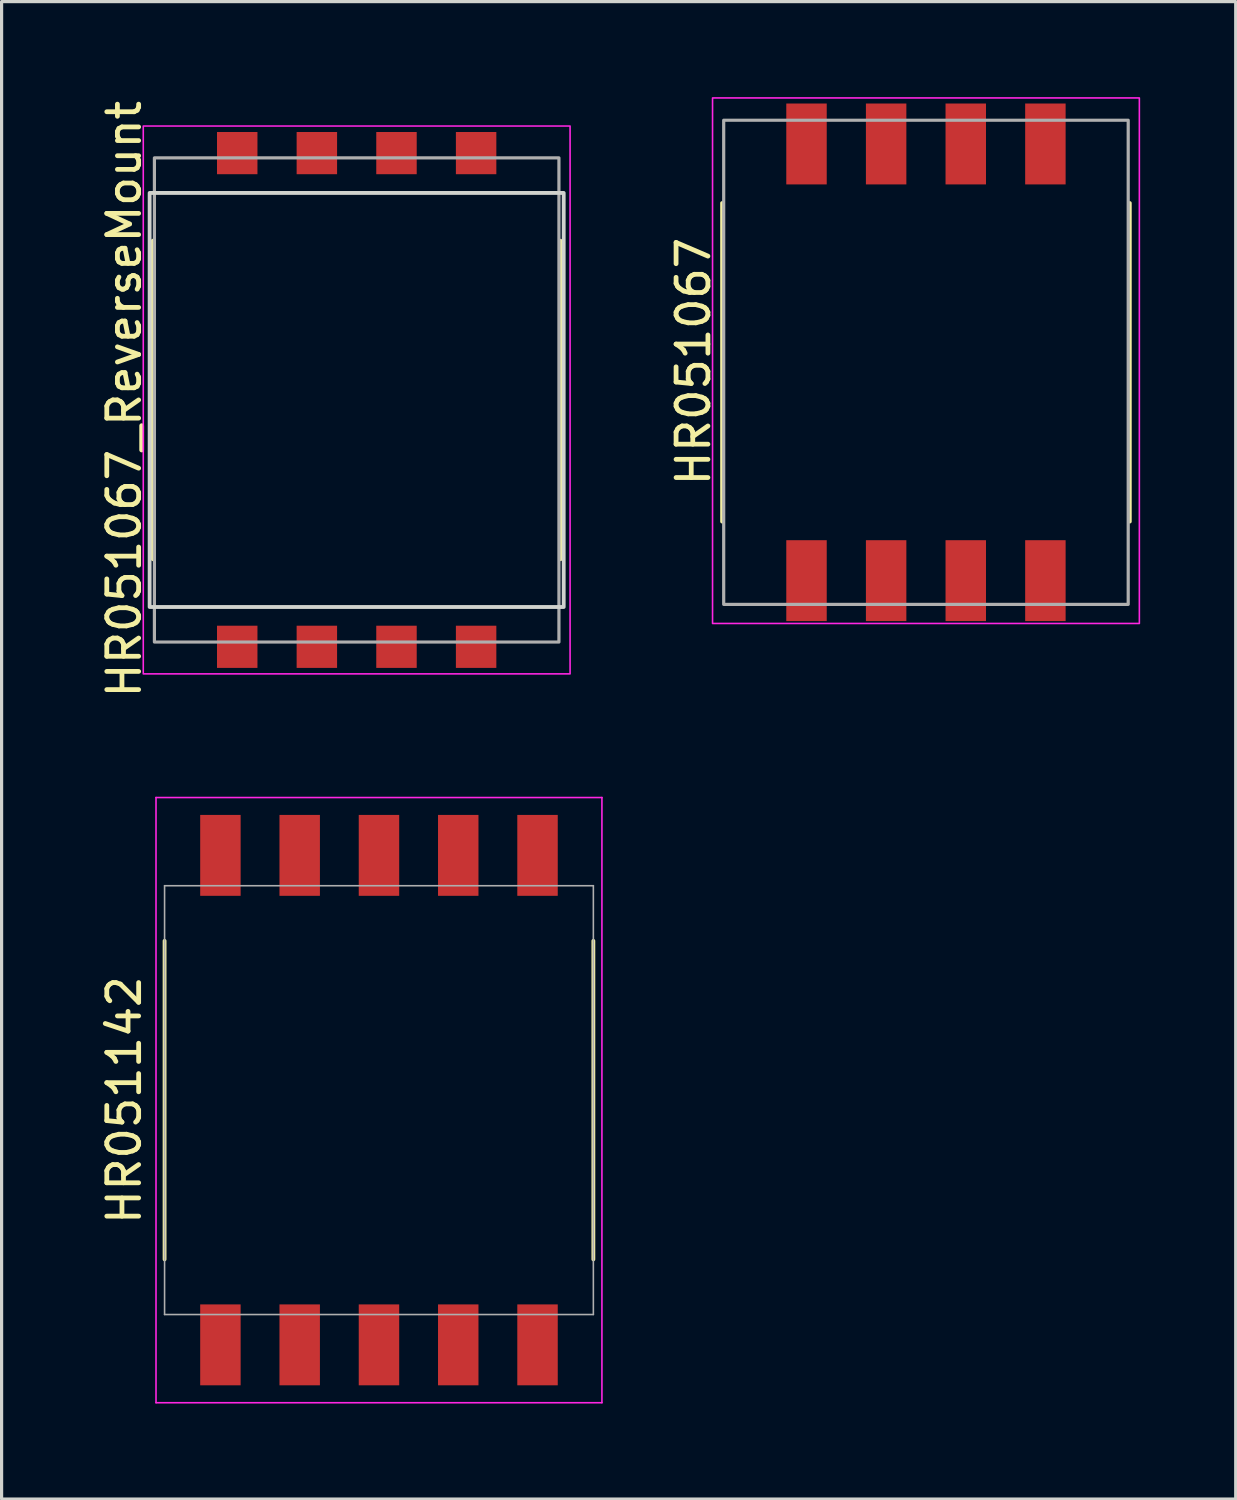
<source format=kicad_pcb>
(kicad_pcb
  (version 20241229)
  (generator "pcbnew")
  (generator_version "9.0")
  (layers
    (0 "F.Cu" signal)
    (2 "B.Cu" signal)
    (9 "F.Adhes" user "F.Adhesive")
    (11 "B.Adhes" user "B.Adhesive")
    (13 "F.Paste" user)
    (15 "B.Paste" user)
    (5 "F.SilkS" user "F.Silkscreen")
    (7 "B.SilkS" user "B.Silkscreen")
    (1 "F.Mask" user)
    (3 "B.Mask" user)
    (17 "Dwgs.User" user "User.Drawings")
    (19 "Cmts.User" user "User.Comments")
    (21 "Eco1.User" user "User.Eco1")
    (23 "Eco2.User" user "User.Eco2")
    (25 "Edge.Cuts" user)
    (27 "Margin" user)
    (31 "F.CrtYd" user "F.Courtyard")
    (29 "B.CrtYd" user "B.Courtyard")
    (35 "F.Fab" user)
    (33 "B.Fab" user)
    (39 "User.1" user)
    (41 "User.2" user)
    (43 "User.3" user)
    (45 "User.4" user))
  (footprint "HR051142"
    (layer "F.Cu")
    (at 8.848 31.489)
    (property "Reference" "HR051142" (at -8 0 270) (layer "F.SilkS") (effects (font (size 1 1) (thickness 0.15))))
    (attr smd)
    (fp_line (start -6.731 5) (end -6.731 -5) (stroke (width 0.12) (type solid)) (layer "F.SilkS"))
    (fp_line (start 6.731 -5) (end 6.731 5) (stroke (width 0.12) (type solid)) (layer "F.SilkS"))
    (fp_line (start -7 -9.5) (end 7 -9.5) (stroke (width 0.05) (type solid)) (layer "F.CrtYd"))
    (fp_line (start -7 9.5) (end -7 -9.5) (stroke (width 0.05) (type solid)) (layer "F.CrtYd"))
    (fp_line (start 7 -9.5) (end 7 9.5) (stroke (width 0.05) (type solid)) (layer "F.CrtYd"))
    (fp_line (start 7 9.5) (end -7 9.5) (stroke (width 0.05) (type solid)) (layer "F.CrtYd"))
    (fp_line (start -6.731 -6.731) (end 6.731 -6.731) (stroke (width 0.05) (type solid)) (layer "F.Fab"))
    (fp_line (start -6.731 6.731) (end -6.731 -6.731) (stroke (width 0.05) (type solid)) (layer "F.Fab"))
    (fp_line (start 6.731 -6.731) (end 6.731 6.731) (stroke (width 0.05) (type solid)) (layer "F.Fab"))
    (fp_line (start 6.731 6.731) (end -6.731 6.731) (stroke (width 0.05) (type solid)) (layer "F.Fab"))
    (pad "1" smd rect (at 4.978 7.684) (size 1.27 2.54) (layers "F.Cu" "F.Mask" "F.Paste"))
    (pad "2" smd rect (at 2.489 7.684) (size 1.27 2.54) (layers "F.Cu" "F.Mask" "F.Paste"))
    (pad "3" smd rect (at 0 7.684) (size 1.27 2.54) (layers "F.Cu" "F.Mask" "F.Paste"))
    (pad "4" smd rect (at -2.489 7.684) (size 1.27 2.54) (layers "F.Cu" "F.Mask" "F.Paste"))
    (pad "5" smd rect (at -4.978 7.684) (size 1.27 2.54) (layers "F.Cu" "F.Mask" "F.Paste"))
    (pad "6" smd rect (at -4.978 -7.684) (size 1.27 2.54) (layers "F.Cu" "F.Mask" "F.Paste"))
    (pad "7" smd rect (at -2.489 -7.684) (size 1.27 2.54) (layers "F.Cu" "F.Mask" "F.Paste"))
    (pad "8" smd rect (at 0 -7.684) (size 1.27 2.54) (layers "F.Cu" "F.Mask" "F.Paste"))
    (pad "9" smd rect (at 2.489 -7.684) (size 1.27 2.54) (layers "F.Cu" "F.Mask" "F.Paste"))
    (pad "10" smd rect (at 4.978 -7.684) (size 1.27 2.54) (layers "F.Cu" "F.Mask" "F.Paste")))
  (footprint "HR051067"
    (layer "F.Cu")
    (at 26.021 8.325)
    (property "Reference" "HR051067" (at -7.3 -0.025 270) (layer "F.SilkS") (effects (font (size 1 1) (thickness 0.15))))
    (attr smd)
    (fp_line (start -6.4 -5) (end -6.4 5) (stroke (width 0.12) (type default)) (layer "F.SilkS"))
    (fp_line (start 6.4 -5) (end 6.4 5) (stroke (width 0.12) (type default)) (layer "F.SilkS"))
    (fp_rect (start -6.7 -8.3) (end 6.7 8.2) (stroke (width 0.05) (type default)) (fill no) (layer "F.CrtYd"))
    (fp_rect (start -6.35 -7.6) (end 6.35 7.6) (stroke (width 0.1) (type default)) (fill no) (layer "F.Fab"))
    (pad "1" smd rect (at 3.75 6.855) (size 1.27 2.54) (layers "F.Cu" "F.Mask" "F.Paste"))
    (pad "2" smd rect (at 1.25 6.855) (size 1.27 2.54) (layers "F.Cu" "F.Mask" "F.Paste"))
    (pad "3" smd rect (at -1.25 6.855) (size 1.27 2.54) (layers "F.Cu" "F.Mask" "F.Paste"))
    (pad "4" smd rect (at -3.75 6.855) (size 1.27 2.54) (layers "F.Cu" "F.Mask" "F.Paste"))
    (pad "5" smd rect (at -3.75 -6.855) (size 1.27 2.54) (layers "F.Cu" "F.Mask" "F.Paste"))
    (pad "6" smd rect (at -1.25 -6.855) (size 1.27 2.54) (layers "F.Cu" "F.Mask" "F.Paste"))
    (pad "7" smd rect (at 1.25 -6.855) (size 1.27 2.54) (layers "F.Cu" "F.Mask" "F.Paste"))
    (pad "8" smd rect (at 3.75 -6.855) (size 1.27 2.54) (layers "F.Cu" "F.Mask" "F.Paste")))
  (footprint "HR051067_ReverseMount"
    (layer "F.Cu")
    (at 8.148 9.507)
    (property "Reference" "HR051067_ReverseMount" (at -7.3 -0.025 270) (layer "F.SilkS") (effects (font (size 1 1) (thickness 0.15))))
    (attr smd)
    (fp_line (start -6.4 -5) (end -6.4 5) (stroke (width 0.12) (type default)) (layer "F.SilkS"))
    (fp_line (start 6.4 -5) (end 6.4 5) (stroke (width 0.12) (type default)) (layer "F.SilkS"))
    (fp_rect (start -6.5 -6.5) (end 6.5 6.5) (stroke (width 0.12) (type default)) (fill no) (layer "Edge.Cuts"))
    (fp_rect (start -6.7 -8.6) (end 6.7 8.6) (stroke (width 0.05) (type default)) (fill no) (layer "F.CrtYd"))
    (fp_rect (start -6.35 -7.6) (end 6.35 7.6) (stroke (width 0.1) (type default)) (fill no) (layer "F.Fab"))
    (pad "1" smd rect (at -3.75 7.75) (size 1.27 1.325) (layers "F.Cu" "F.Mask" "F.Paste"))
    (pad "2" smd rect (at -1.25 7.75) (size 1.27 1.325) (layers "F.Cu" "F.Mask" "F.Paste"))
    (pad "3" smd rect (at 1.25 7.75) (size 1.27 1.325) (layers "F.Cu" "F.Mask" "F.Paste"))
    (pad "4" smd rect (at 3.75 7.75) (size 1.27 1.325) (layers "F.Cu" "F.Mask" "F.Paste"))
    (pad "5" smd rect (at 3.75 -7.75) (size 1.27 1.325) (layers "F.Cu" "F.Mask" "F.Paste"))
    (pad "6" smd rect (at 1.25 -7.75) (size 1.27 1.325) (layers "F.Cu" "F.Mask" "F.Paste"))
    (pad "7" smd rect (at -1.25 -7.75) (size 1.27 1.325) (layers "F.Cu" "F.Mask" "F.Paste"))
    (pad "8" smd rect (at -3.75 -7.75) (size 1.27 1.325) (layers "F.Cu" "F.Mask" "F.Paste")))
  (gr_rect
    (start -3 -3)
    (end 35.746 44.014)
    (stroke (width 0.1) (type default))
    (fill no)
    (layer "Edge.Cuts")))
</source>
